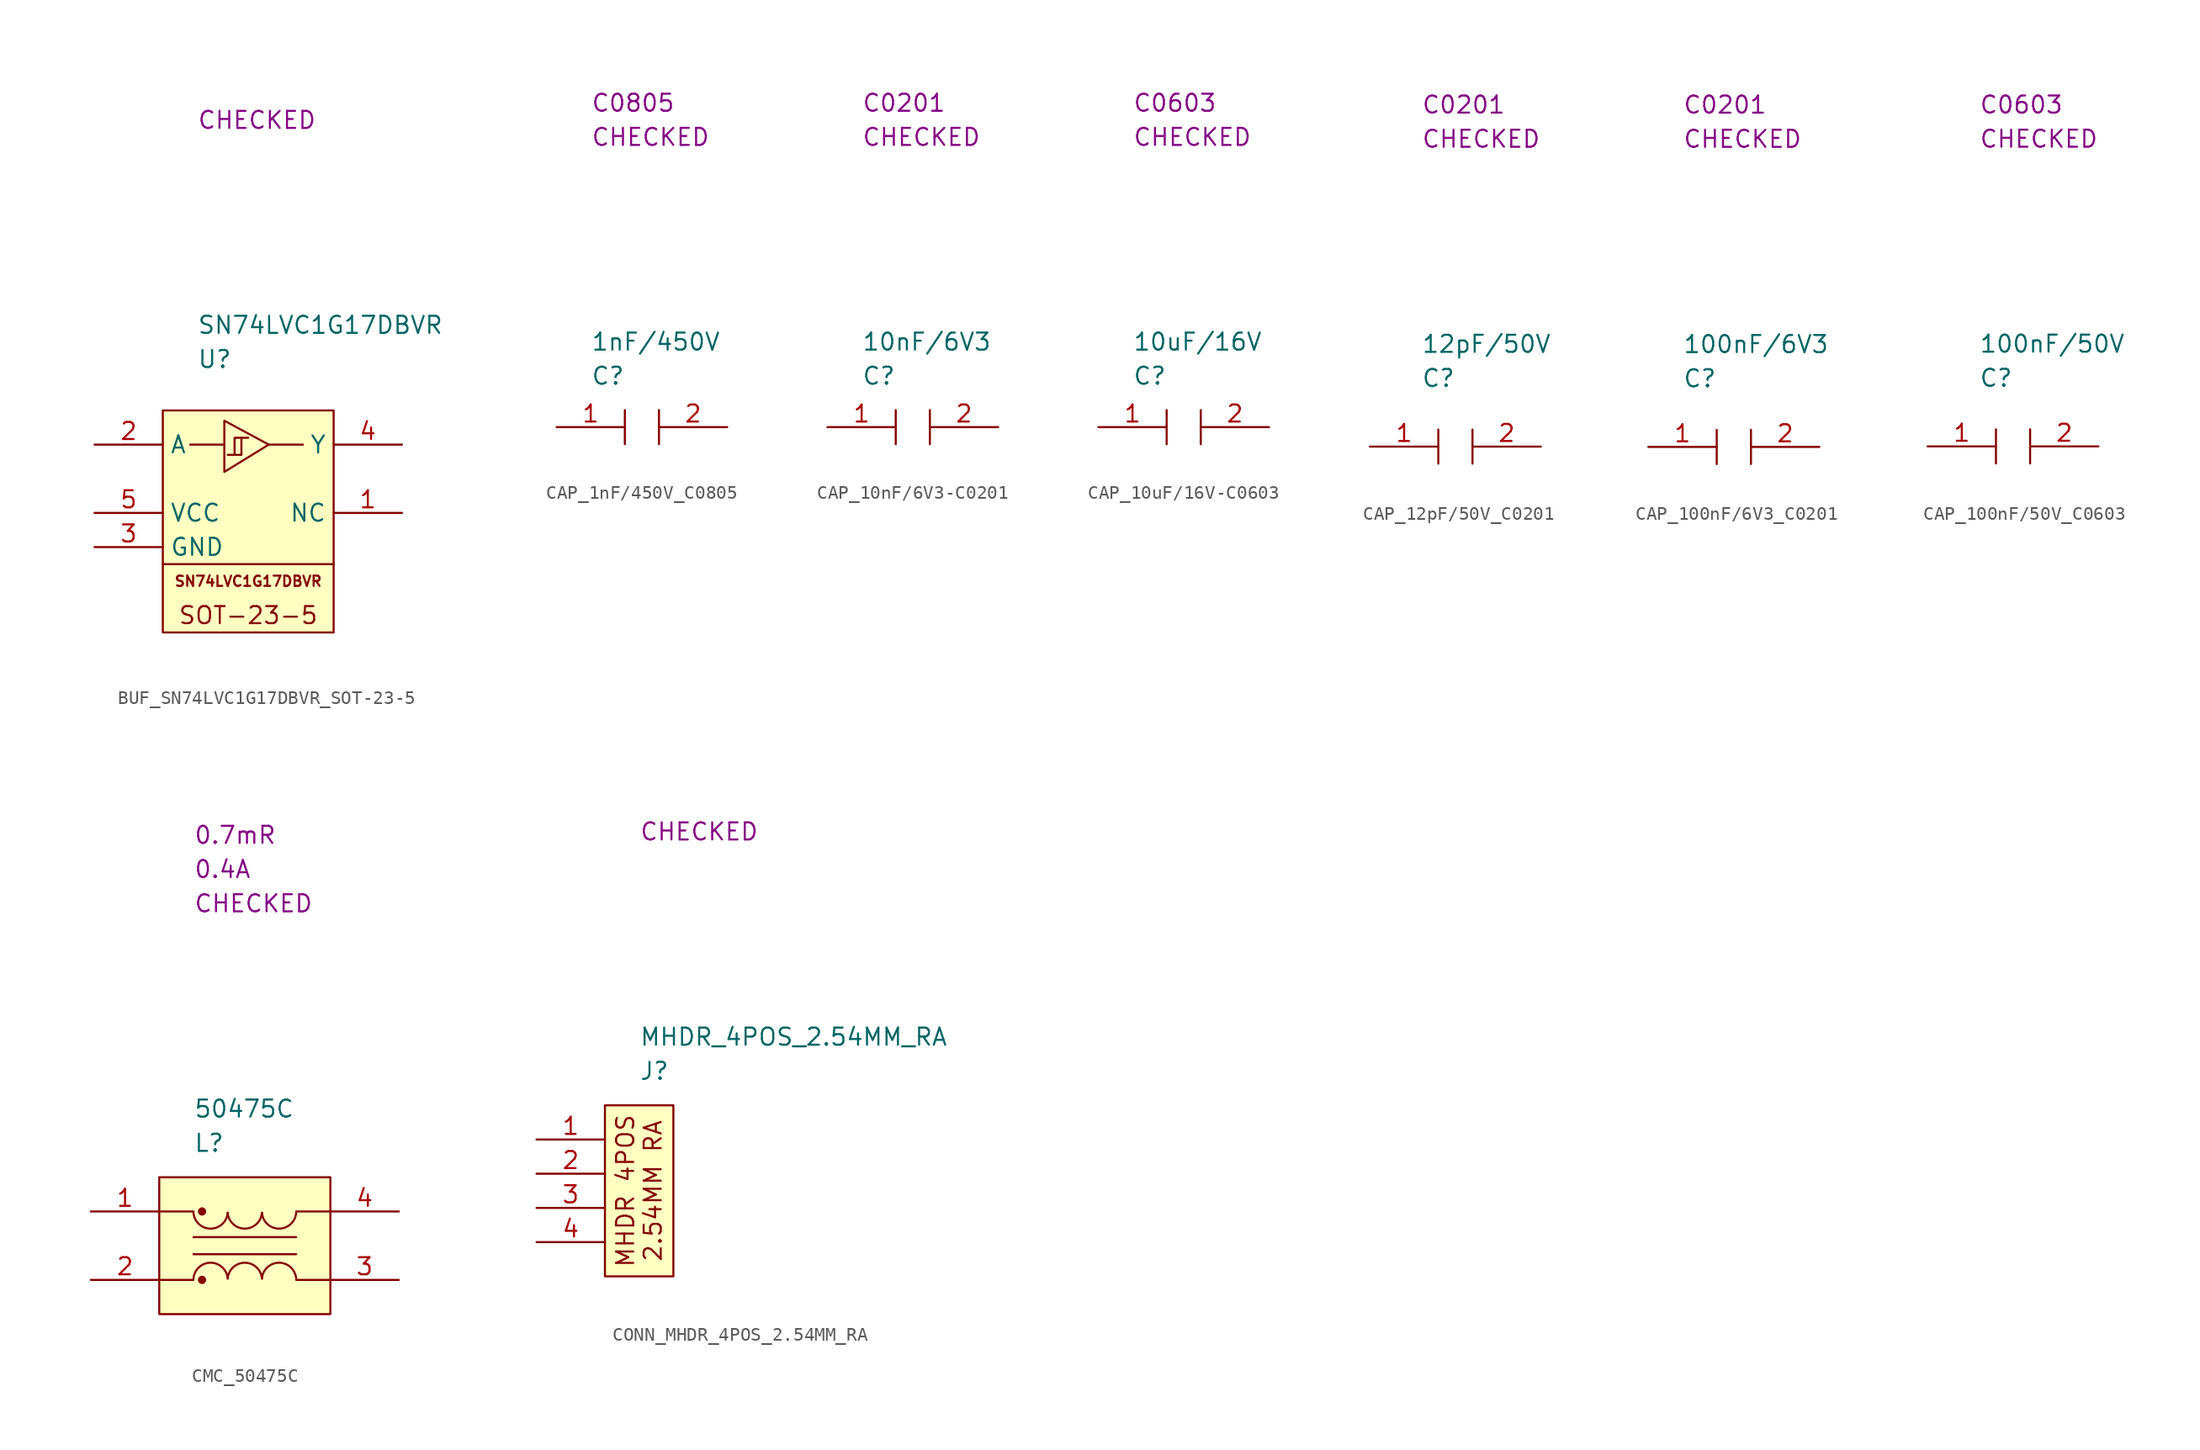
<source format=kicad_sym>
(kicad_symbol_lib
  (version 20220914)
  (generator kicad_symbol_editor)
  (symbol "BUF_SN74LVC1G17DBVR_SOT-23-5"
    (property "Reference" "U"
      (at 2.54 3.81 0)
      (effects (font (size 1.27 1.27)) (justify left)))
    (property "Value" "SN74LVC1G17DBVR"
      (at 2.54 6.35 0)
      (effects (font (size 1.27 1.27)) (justify left)))
    (property "SCH CHECK" "CHECKED"
      (at 2.54 21.59 0)
      (effects (font (size 1.27 1.27)) (justify left)))
    (symbol "BUF_SN74LVC1G17DBVR_SOT-23-5_0_0"
      (text "SN74LVC1G17DBVR" (at 6.35 -12.7 0) (effects (font (size 0.762 0.762))))
      (text "SOT-23-5" (at 6.35 -15.24 0) (effects (font (size 1.27 1.27)))))
    (symbol "BUF_SN74LVC1G17DBVR_SOT-23-5_0_1"
      (polyline (pts (xy 0 -11.43) (xy 12.7 -11.43)) (stroke (width 0) (type default)) (fill (type none)))
      (polyline (pts (xy 4.572 -2.54) (xy 2.032 -2.54)) (stroke (width 0) (type default)) (fill (type none)))
      (polyline (pts (xy 7.874 -2.54) (xy 10.414 -2.54)) (stroke (width 0) (type default)) (fill (type none)))
      (polyline (pts (xy 5.334 -3.302) (xy 5.842 -3.302) (xy 5.842 -2.032)) (stroke (width 0) (type default)) (fill (type none)))
      (polyline (pts (xy 4.572 -0.762) (xy 4.572 -4.572) (xy 7.874 -2.54) (xy 4.572 -0.762)) (stroke (width 0) (type default)) (fill (type none)))
      (polyline (pts (xy 6.35 -2.032) (xy 5.334 -2.032) (xy 5.334 -3.302) (xy 4.826 -3.302)) (stroke (width 0) (type default)) (fill (type none)))
      (rectangle (start 0 0) (end 12.7 -16.51) (stroke (width 0) (type default)) (fill (type background))))
    (symbol "BUF_SN74LVC1G17DBVR_SOT-23-5_1_1"
      (pin passive line (at 17.78 -7.62 180) (length 5.08) (name "NC" (effects (font (size 1.27 1.27)))) (number "1" (effects (font (size 1.27 1.27)))))
      (pin passive line (at -5.08 -2.54 0) (length 5.08) (name "A" (effects (font (size 1.27 1.27)))) (number "2" (effects (font (size 1.27 1.27)))))
      (pin passive line (at -5.08 -10.16 0) (length 5.08) (name "GND" (effects (font (size 1.27 1.27)))) (number "3" (effects (font (size 1.27 1.27)))))
      (pin passive line (at 17.78 -2.54 180) (length 5.08) (name "Y" (effects (font (size 1.27 1.27)))) (number "4" (effects (font (size 1.27 1.27)))))
      (pin passive line (at -5.08 -7.62 0) (length 5.08) (name "VCC" (effects (font (size 1.27 1.27)))) (number "5" (effects (font (size 1.27 1.27)))))))
  (symbol "CAP_1nF/450V_C0805"
    (property "Reference" "C"
      (at 2.54 3.81 0)
      (effects (font (size 1.27 1.27)) (justify left)))
    (property "Value" "1nF/450V"
      (at 2.54 6.35 0)
      (effects (font (size 1.27 1.27)) (justify left)))
    (property "SCH CHECK" "CHECKED"
      (at 2.54 21.59 0)
      (effects (font (size 1.27 1.27)) (justify left)))
    (property "Package" "C0805"
      (at 2.54 24.13 0)
      (effects (font (size 1.27 1.27)) (justify left)))
    (symbol "CAP_1nF/450V_C0805_0_0"
      (polyline (pts (xy 5.08 1.27) (xy 5.08 -1.27)) (stroke (width 0) (type default)) (fill (type none)))
      (polyline (pts (xy 7.62 1.27) (xy 7.62 -1.27)) (stroke (width 0) (type default)) (fill (type none))))
    (symbol "CAP_1nF/450V_C0805_1_1"
      (pin passive line (at 0 0 0) (length 5.08) (name "" (effects (font (size 1.27 1.27)))) (number "1" (effects (font (size 1.27 1.27)))))
      (pin passive line (at 12.7 0 180) (length 5.08) (name "" (effects (font (size 1.27 1.27)))) (number "2" (effects (font (size 1.27 1.27)))))))
  (symbol "CAP_10nF/6V3-C0201"
    (property "Reference" "C"
      (at 2.54 3.81 0)
      (effects (font (size 1.27 1.27)) (justify left)))
    (property "Value" "10nF{slash}6V3"
      (at 2.54 6.35 0)
      (effects (font (size 1.27 1.27)) (justify left)))
    (property "SCH CHECK" "CHECKED"
      (at 2.54 21.59 0)
      (effects (font (size 1.27 1.27)) (justify left)))
    (property "Package" "C0201"
      (at 2.54 24.13 0)
      (effects (font (size 1.27 1.27)) (justify left)))
    (symbol "CAP_10nF/6V3-C0201_0_0"
      (polyline (pts (xy 5.08 1.27) (xy 5.08 -1.27)) (stroke (width 0) (type default)) (fill (type none)))
      (polyline (pts (xy 7.62 1.27) (xy 7.62 -1.27)) (stroke (width 0) (type default)) (fill (type none))))
    (symbol "CAP_10nF/6V3-C0201_1_1"
      (pin passive line (at 0 0 0) (length 5.08) (name "" (effects (font (size 1.27 1.27)))) (number "1" (effects (font (size 1.27 1.27)))))
      (pin passive line (at 12.7 0 180) (length 5.08) (name "" (effects (font (size 1.27 1.27)))) (number "2" (effects (font (size 1.27 1.27)))))))
  (symbol "CAP_10uF/16V-C0603"
    (property "Reference" "C"
      (at 2.54 3.81 0)
      (effects (font (size 1.27 1.27)) (justify left)))
    (property "Value" "10uF{slash}16V"
      (at 2.54 6.35 0)
      (effects (font (size 1.27 1.27)) (justify left)))
    (property "SCH CHECK" "CHECKED"
      (at 2.54 21.59 0)
      (effects (font (size 1.27 1.27)) (justify left)))
    (property "Package" "C0603"
      (at 2.54 24.13 0)
      (effects (font (size 1.27 1.27)) (justify left)))
    (symbol "CAP_10uF/16V-C0603_0_0"
      (polyline (pts (xy 5.08 1.27) (xy 5.08 -1.27)) (stroke (width 0) (type default)) (fill (type none)))
      (polyline (pts (xy 7.62 1.27) (xy 7.62 -1.27)) (stroke (width 0) (type default)) (fill (type none))))
    (symbol "CAP_10uF/16V-C0603_1_1"
      (pin passive line (at 0 0 0) (length 5.08) (name "" (effects (font (size 1.27 1.27)))) (number "1" (effects (font (size 1.27 1.27)))))
      (pin passive line (at 12.7 0 180) (length 5.08) (name "" (effects (font (size 1.27 1.27)))) (number "2" (effects (font (size 1.27 1.27)))))))
  (symbol "CAP_12pF/50V_C0201"
    (property "Reference" "C"
      (at 3.81 5.08 0)
      (effects (font (size 1.27 1.27)) (justify left)))
    (property "Value" "12pF{slash}50V"
      (at 3.81 7.62 0)
      (effects (font (size 1.27 1.27)) (justify left)))
    (property "SCH CHECK" "CHECKED"
      (at 3.81 22.86 0)
      (effects (font (size 1.27 1.27)) (justify left)))
    (property "Package" "C0201"
      (at 3.81 25.4 0)
      (effects (font (size 1.27 1.27)) (justify left)))
    (symbol "CAP_12pF/50V_C0201_0_0"
      (polyline (pts (xy 5.08 1.27) (xy 5.08 -1.27)) (stroke (width 0) (type default)) (fill (type none)))
      (polyline (pts (xy 7.62 1.27) (xy 7.62 -1.27)) (stroke (width 0) (type default)) (fill (type none))))
    (symbol "CAP_12pF/50V_C0201_1_1"
      (pin passive line (at 0 0 0) (length 5.08) (name "" (effects (font (size 1.27 1.27)))) (number "1" (effects (font (size 1.27 1.27)))))
      (pin passive line (at 12.7 0 180) (length 5.08) (name "" (effects (font (size 1.27 1.27)))) (number "2" (effects (font (size 1.27 1.27)))))))
  (symbol "CAP_100nF/6V3_C0201"
    (property "Reference" "C"
      (at 2.54 5.08 0)
      (effects (font (size 1.27 1.27)) (justify left)))
    (property "Value" "100nF{slash}6V3"
      (at 2.54 7.62 0)
      (effects (font (size 1.27 1.27)) (justify left)))
    (property "SCH CHECK" "CHECKED"
      (at 2.54 22.86 0)
      (effects (font (size 1.27 1.27)) (justify left)))
    (property "Package" "C0201"
      (at 2.54 25.4 0)
      (effects (font (size 1.27 1.27)) (justify left)))
    (symbol "CAP_100nF/6V3_C0201_0_0"
      (polyline (pts (xy 5.08 1.27) (xy 5.08 -1.27)) (stroke (width 0) (type default)) (fill (type none)))
      (polyline (pts (xy 7.62 1.27) (xy 7.62 -1.27)) (stroke (width 0) (type default)) (fill (type none))))
    (symbol "CAP_100nF/6V3_C0201_1_1"
      (pin passive line (at 0 0 0) (length 5.08) (name "" (effects (font (size 1.27 1.27)))) (number "1" (effects (font (size 1.27 1.27)))))
      (pin passive line (at 12.7 0 180) (length 5.08) (name "" (effects (font (size 1.27 1.27)))) (number "2" (effects (font (size 1.27 1.27)))))))
  (symbol "CAP_100nF/50V_C0603"
    (property "Reference" "C"
      (at 3.81 5.08 0)
      (effects (font (size 1.27 1.27)) (justify left)))
    (property "Value" "100nF/50V"
      (at 3.81 7.62 0)
      (effects (font (size 1.27 1.27)) (justify left)))
    (property "SCH CHECK" "CHECKED"
      (at 3.81 22.86 0)
      (effects (font (size 1.27 1.27)) (justify left)))
    (property "Package" "C0603"
      (at 3.81 25.4 0)
      (effects (font (size 1.27 1.27)) (justify left)))
    (symbol "CAP_100nF/50V_C0603_0_0"
      (polyline (pts (xy 5.08 1.27) (xy 5.08 -1.27)) (stroke (width 0) (type default)) (fill (type none)))
      (polyline (pts (xy 7.62 1.27) (xy 7.62 -1.27)) (stroke (width 0) (type default)) (fill (type none))))
    (symbol "CAP_100nF/50V_C0603_1_1"
      (pin passive line (at 0 0 0) (length 5.08) (name "" (effects (font (size 1.27 1.27)))) (number "1" (effects (font (size 1.27 1.27)))))
      (pin passive line (at 12.7 0 180) (length 5.08) (name "" (effects (font (size 1.27 1.27)))) (number "2" (effects (font (size 1.27 1.27)))))))
  (symbol "CMC_50475C"
    (property "Reference" "L"
      (at 2.54 2.54 0)
      (effects (font (size 1.27 1.27)) (justify left)))
    (property "Value" "50475C"
      (at 2.54 5.08 0)
      (effects (font (size 1.27 1.27)) (justify left)))
    (property "SCH CHECK" "CHECKED"
      (at 2.54 20.32 0)
      (effects (font (size 1.27 1.27)) (justify left)))
    (property "MAX CURRENT" "0.4A"
      (at 2.54 22.86 0)
      (effects (font (size 1.27 1.27)) (justify left)))
    (property "MAX DCR" "0.7mR"
      (at 2.54 25.4 0)
      (effects (font (size 1.27 1.27)) (justify left)))
    (symbol "CMC_50475C_0_1"
      (polyline (pts (xy 0 -2.54) (xy 2.54 -2.54)) (stroke (width 0) (type default)) (fill (type none)))
      (polyline (pts (xy 2.54 -7.62) (xy 0 -7.62)) (stroke (width 0) (type default)) (fill (type none)))
      (polyline (pts (xy 2.54 -5.715) (xy 10.16 -5.715)) (stroke (width 0) (type default)) (fill (type none)))
      (polyline (pts (xy 2.54 -4.445) (xy 10.16 -4.445)) (stroke (width 0) (type default)) (fill (type none)))
      (polyline (pts (xy 10.16 -2.54) (xy 12.7 -2.54)) (stroke (width 0) (type default)) (fill (type none)))
      (polyline (pts (xy 12.7 -7.62) (xy 10.16 -7.62)) (stroke (width 0) (type default)) (fill (type none)))
      (rectangle (start 0 0) (end 12.7 -10.16) (stroke (width 0) (type default)) (fill (type background)))
      (arc (start 2.54 -2.6396) (mid 3.81 -3.8139) (end 5.08 -2.6396) (stroke (width 0) (type default)) (fill (type none)))
      (circle (center 3.175 -7.62) (radius 0.231) (stroke (width 0) (type default)) (fill (type outline)))
      (circle (center 3.175 -2.54) (radius 0.231) (stroke (width 0) (type default)) (fill (type outline)))
      (arc (start 5.08 -7.5204) (mid 3.81 -6.3461) (end 2.54 -7.5204) (stroke (width 0) (type default)) (fill (type none)))
      (arc (start 5.08 -2.6396) (mid 6.35 -3.8139) (end 7.62 -2.6396) (stroke (width 0) (type default)) (fill (type none)))
      (arc (start 7.62 -7.5204) (mid 6.35 -6.3461) (end 5.08 -7.5204) (stroke (width 0) (type default)) (fill (type none)))
      (arc (start 7.62 -2.6396) (mid 8.89 -3.8139) (end 10.16 -2.6396) (stroke (width 0) (type default)) (fill (type none)))
      (arc (start 10.16 -7.5204) (mid 8.89 -6.3461) (end 7.62 -7.5204) (stroke (width 0) (type default)) (fill (type none))))
    (symbol "CMC_50475C_1_1"
      (pin passive line (at -5.08 -2.54 0) (length 5.08) (name "" (effects (font (size 1.27 1.27)))) (number "1" (effects (font (size 1.27 1.27)))))
      (pin passive line (at -5.08 -7.62 0) (length 5.08) (name "" (effects (font (size 1.27 1.27)))) (number "2" (effects (font (size 1.27 1.27)))))
      (pin passive line (at 17.78 -7.62 180) (length 5.08) (name "" (effects (font (size 1.27 1.27)))) (number "3" (effects (font (size 1.27 1.27)))))
      (pin passive line (at 17.78 -2.54 180) (length 5.08) (name "" (effects (font (size 1.27 1.27)))) (number "4" (effects (font (size 1.27 1.27)))))))
  (symbol "CONN_MHDR_4POS_2.54MM_RA"
    (property "Reference" "J"
      (at 2.54 2.54 0)
      (effects (font (size 1.27 1.27)) (justify left)))
    (property "Value" "MHDR_4POS_2.54MM_RA"
      (at 2.54 5.08 0)
      (effects (font (size 1.27 1.27)) (justify left)))
    (property "SCH CHECK" "CHECKED"
      (at 2.54 20.32 0)
      (effects (font (size 1.27 1.27)) (justify left)))
    (symbol "CONN_MHDR_4POS_2.54MM_RA_0_1"
      (rectangle (start 0 0) (end 5.08 -12.7) (stroke (width 0) (type default)) (fill (type background)))
      (text "MHDR 4POS\n2.54MM RA" (at 2.54 -6.35 900) (effects (font (size 1.27 1.27)))))
    (symbol "CONN_MHDR_4POS_2.54MM_RA_1_1"
      (pin passive line (at -5.08 -2.54 0) (length 5.08) (name "" (effects (font (size 1.27 1.27)))) (number "1" (effects (font (size 1.27 1.27)))))
      (pin passive line (at -5.08 -5.08 0) (length 5.08) (name "" (effects (font (size 1.27 1.27)))) (number "2" (effects (font (size 1.27 1.27)))))
      (pin passive line (at -5.08 -7.62 0) (length 5.08) (name "" (effects (font (size 1.27 1.27)))) (number "3" (effects (font (size 1.27 1.27)))))
      (pin passive line (at -5.08 -10.16 0) (length 5.08) (name "" (effects (font (size 1.27 1.27)))) (number "4" (effects (font (size 1.27 1.27))))))))
</source>
